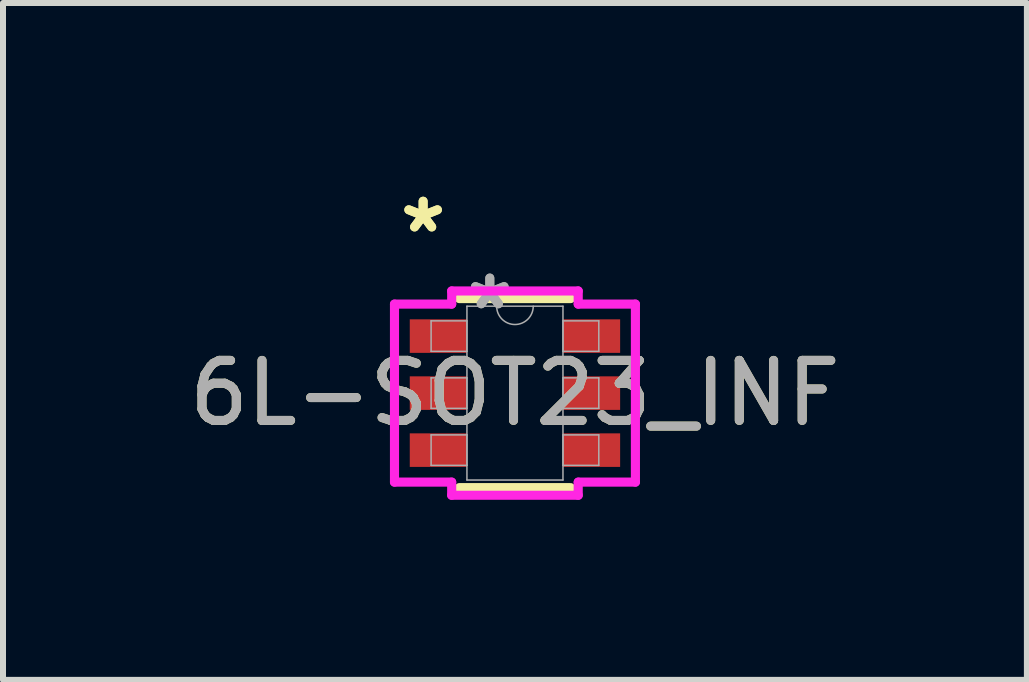
<source format=kicad_pcb>
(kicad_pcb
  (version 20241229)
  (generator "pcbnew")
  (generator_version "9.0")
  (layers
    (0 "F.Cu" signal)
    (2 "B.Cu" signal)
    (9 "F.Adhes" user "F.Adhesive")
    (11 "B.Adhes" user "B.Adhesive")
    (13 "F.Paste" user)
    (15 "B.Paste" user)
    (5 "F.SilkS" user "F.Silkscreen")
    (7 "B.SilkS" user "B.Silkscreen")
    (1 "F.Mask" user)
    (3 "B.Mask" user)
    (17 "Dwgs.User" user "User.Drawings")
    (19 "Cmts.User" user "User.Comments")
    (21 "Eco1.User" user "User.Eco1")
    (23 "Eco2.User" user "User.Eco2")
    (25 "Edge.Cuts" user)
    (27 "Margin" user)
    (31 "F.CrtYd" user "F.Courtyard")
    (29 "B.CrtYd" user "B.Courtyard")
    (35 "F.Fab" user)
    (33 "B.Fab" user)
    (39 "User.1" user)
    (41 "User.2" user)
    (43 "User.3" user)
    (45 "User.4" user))
  (footprint "6L-SOT23_INF"
    (layer "F.Cu")
    (at 5.53 3.5)
    (property "Reference" "6L-SOT23_INF" (at 0 0 0) (unlocked yes) (layer "F.SilkS") (effects (font (size 1 1) (thickness 0.15))))
    (attr smd)
    (fp_line (start -0.927 1.575) (end 0.927 1.575) (stroke (width 0.152) (type solid)) (layer "F.SilkS"))
    (fp_line (start 0.927 -1.575) (end -0.927 -1.575) (stroke (width 0.152) (type solid)) (layer "F.SilkS"))
    (fp_line (start -2.007 -1.483) (end -1.054 -1.483) (stroke (width 0.152) (type solid)) (layer "F.CrtYd"))
    (fp_line (start -2.007 1.483) (end -2.007 -1.483) (stroke (width 0.152) (type solid)) (layer "F.CrtYd"))
    (fp_line (start -2.007 1.483) (end -1.054 1.483) (stroke (width 0.152) (type solid)) (layer "F.CrtYd"))
    (fp_line (start -1.054 -1.702) (end 1.054 -1.702) (stroke (width 0.152) (type solid)) (layer "F.CrtYd"))
    (fp_line (start -1.054 -1.483) (end -1.054 -1.702) (stroke (width 0.152) (type solid)) (layer "F.CrtYd"))
    (fp_line (start -1.054 1.702) (end -1.054 1.483) (stroke (width 0.152) (type solid)) (layer "F.CrtYd"))
    (fp_line (start 1.054 -1.702) (end 1.054 -1.483) (stroke (width 0.152) (type solid)) (layer "F.CrtYd"))
    (fp_line (start 1.054 1.483) (end 1.054 1.702) (stroke (width 0.152) (type solid)) (layer "F.CrtYd"))
    (fp_line (start 1.054 1.702) (end -1.054 1.702) (stroke (width 0.152) (type solid)) (layer "F.CrtYd"))
    (fp_line (start 2.007 -1.483) (end 1.054 -1.483) (stroke (width 0.152) (type solid)) (layer "F.CrtYd"))
    (fp_line (start 2.007 -1.483) (end 2.007 1.483) (stroke (width 0.152) (type solid)) (layer "F.CrtYd"))
    (fp_line (start 2.007 1.483) (end 1.054 1.483) (stroke (width 0.152) (type solid)) (layer "F.CrtYd"))
    (fp_line (start -1.397 -1.204) (end -1.397 -0.696) (stroke (width 0.025) (type solid)) (layer "F.Fab"))
    (fp_line (start -1.397 -0.696) (end -0.8 -0.696) (stroke (width 0.025) (type solid)) (layer "F.Fab"))
    (fp_line (start -1.397 -0.254) (end -1.397 0.254) (stroke (width 0.025) (type solid)) (layer "F.Fab"))
    (fp_line (start -1.397 0.254) (end -0.8 0.254) (stroke (width 0.025) (type solid)) (layer "F.Fab"))
    (fp_line (start -1.397 0.696) (end -1.397 1.204) (stroke (width 0.025) (type solid)) (layer "F.Fab"))
    (fp_line (start -1.397 1.204) (end -0.8 1.204) (stroke (width 0.025) (type solid)) (layer "F.Fab"))
    (fp_line (start -0.8 -1.448) (end -0.8 1.448) (stroke (width 0.025) (type solid)) (layer "F.Fab"))
    (fp_line (start -0.8 -1.204) (end -1.397 -1.204) (stroke (width 0.025) (type solid)) (layer "F.Fab"))
    (fp_line (start -0.8 -0.696) (end -0.8 -1.204) (stroke (width 0.025) (type solid)) (layer "F.Fab"))
    (fp_line (start -0.8 -0.254) (end -1.397 -0.254) (stroke (width 0.025) (type solid)) (layer "F.Fab"))
    (fp_line (start -0.8 0.254) (end -0.8 -0.254) (stroke (width 0.025) (type solid)) (layer "F.Fab"))
    (fp_line (start -0.8 0.696) (end -1.397 0.696) (stroke (width 0.025) (type solid)) (layer "F.Fab"))
    (fp_line (start -0.8 1.204) (end -0.8 0.696) (stroke (width 0.025) (type solid)) (layer "F.Fab"))
    (fp_line (start -0.8 1.448) (end 0.8 1.448) (stroke (width 0.025) (type solid)) (layer "F.Fab"))
    (fp_line (start 0.8 -1.448) (end -0.8 -1.448) (stroke (width 0.025) (type solid)) (layer "F.Fab"))
    (fp_line (start 0.8 -1.204) (end 0.8 -0.696) (stroke (width 0.025) (type solid)) (layer "F.Fab"))
    (fp_line (start 0.8 -0.696) (end 1.397 -0.696) (stroke (width 0.025) (type solid)) (layer "F.Fab"))
    (fp_line (start 0.8 -0.254) (end 0.8 0.254) (stroke (width 0.025) (type solid)) (layer "F.Fab"))
    (fp_line (start 0.8 0.254) (end 1.397 0.254) (stroke (width 0.025) (type solid)) (layer "F.Fab"))
    (fp_line (start 0.8 0.696) (end 0.8 1.204) (stroke (width 0.025) (type solid)) (layer "F.Fab"))
    (fp_line (start 0.8 1.204) (end 1.397 1.204) (stroke (width 0.025) (type solid)) (layer "F.Fab"))
    (fp_line (start 0.8 1.448) (end 0.8 -1.448) (stroke (width 0.025) (type solid)) (layer "F.Fab"))
    (fp_line (start 1.397 -1.204) (end 0.8 -1.204) (stroke (width 0.025) (type solid)) (layer "F.Fab"))
    (fp_line (start 1.397 -0.696) (end 1.397 -1.204) (stroke (width 0.025) (type solid)) (layer "F.Fab"))
    (fp_line (start 1.397 -0.254) (end 0.8 -0.254) (stroke (width 0.025) (type solid)) (layer "F.Fab"))
    (fp_line (start 1.397 0.254) (end 1.397 -0.254) (stroke (width 0.025) (type solid)) (layer "F.Fab"))
    (fp_line (start 1.397 0.696) (end 0.8 0.696) (stroke (width 0.025) (type solid)) (layer "F.Fab"))
    (fp_line (start 1.397 1.204) (end 1.397 0.696) (stroke (width 0.025) (type solid)) (layer "F.Fab"))
    (fp_arc (start 0.3048 -1.4478) (mid 0 -1.143) (end -0.3048 -1.4478) (stroke (width 0.0254) (type solid)) (layer "F.Fab"))
    (fp_text user "*" (at -1.53 -2.652 0) (layer "F.SilkS") (effects (font (size 1 1) (thickness 0.15))))
    (fp_text user "*" (at -1.53 -2.652 0) (unlocked yes) (layer "F.SilkS") (effects (font (size 1 1) (thickness 0.15))))
    (fp_text user "*" (at -0.419 -1.372 0) (unlocked yes) (layer "F.Fab") (effects (font (size 1 1) (thickness 0.15))))
    (fp_text user "*" (at -0.419 -1.372 0) (layer "F.Fab") (effects (font (size 1 1) (thickness 0.15))))
    (fp_text user "${REFERENCE}" (at 0 0 0) (unlocked yes) (layer "F.Fab") (effects (font (size 1 1) (thickness 0.15))))
    (pad "1" smd rect (at -1.276 -0.95) (size 0.953 0.559) (layers "F.Cu" "F.Mask" "F.Paste"))
    (pad "2" smd rect (at -1.276 0) (size 0.953 0.559) (layers "F.Cu" "F.Mask" "F.Paste"))
    (pad "3" smd rect (at -1.276 0.95) (size 0.953 0.559) (layers "F.Cu" "F.Mask" "F.Paste"))
    (pad "4" smd rect (at 1.276 0.95) (size 0.953 0.559) (layers "F.Cu" "F.Mask" "F.Paste"))
    (pad "5" smd rect (at 1.276 0) (size 0.953 0.559) (layers "F.Cu" "F.Mask" "F.Paste"))
    (pad "6" smd rect (at 1.276 -0.95) (size 0.953 0.559) (layers "F.Cu" "F.Mask" "F.Paste")))
  (gr_rect
    (start -3 -3)
    (end 14.06 8.278)
    (stroke (width 0.1) (type default))
    (fill no)
    (layer "Edge.Cuts")))
</source>
